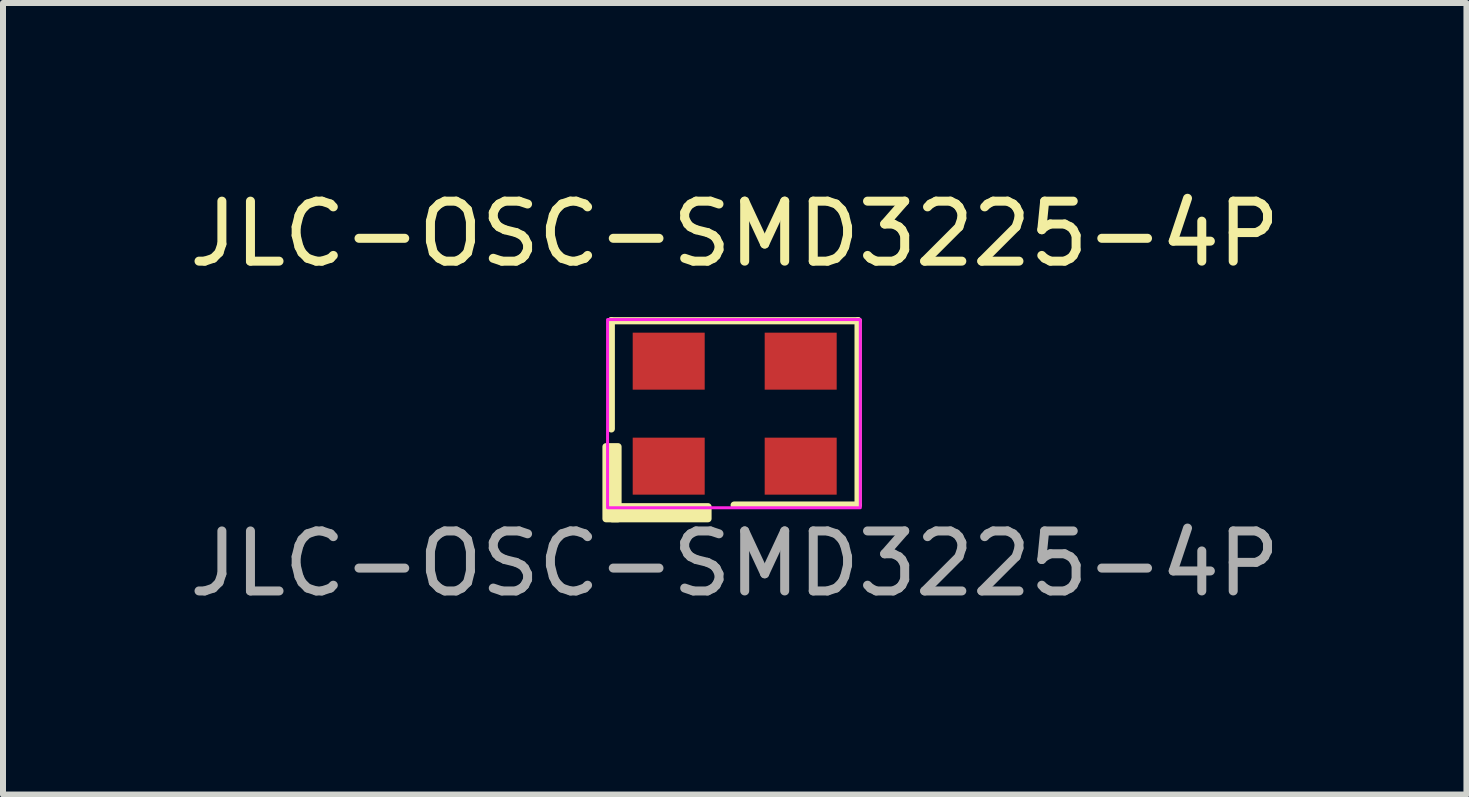
<source format=kicad_pcb>
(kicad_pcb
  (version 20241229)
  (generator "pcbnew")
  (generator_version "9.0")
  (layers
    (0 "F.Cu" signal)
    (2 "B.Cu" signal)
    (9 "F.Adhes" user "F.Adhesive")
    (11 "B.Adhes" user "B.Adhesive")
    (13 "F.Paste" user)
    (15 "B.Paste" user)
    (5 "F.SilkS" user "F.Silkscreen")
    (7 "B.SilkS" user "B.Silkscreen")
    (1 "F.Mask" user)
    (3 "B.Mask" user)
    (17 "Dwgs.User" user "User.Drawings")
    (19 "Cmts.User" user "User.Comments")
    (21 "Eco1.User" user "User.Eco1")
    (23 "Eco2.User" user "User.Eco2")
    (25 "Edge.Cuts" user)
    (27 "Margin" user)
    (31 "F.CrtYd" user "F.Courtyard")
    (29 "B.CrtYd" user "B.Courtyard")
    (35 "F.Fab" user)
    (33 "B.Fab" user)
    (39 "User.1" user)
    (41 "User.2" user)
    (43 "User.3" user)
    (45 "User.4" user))
  (footprint "JLC-OSC-SMD3225-4P"
    (layer "F.Cu")
    (at 9.196 3.845)
    (property "Reference" "JLC-OSC-SMD3225-4P" (at 0 -2.997 0) (unlocked yes) (layer "F.SilkS") (effects (font (size 1 1) (thickness 0.15))))
    (attr smd)
    (fp_line (start -2.057 -1.549) (end -2.057 0.254) (stroke (width 0.12) (type solid)) (layer "F.SilkS"))
    (fp_line (start -0.009 1.524) (end 2.057 1.524) (stroke (width 0.12) (type solid)) (layer "F.SilkS"))
    (fp_line (start 2.057 -1.549) (end -2.057 -1.549) (stroke (width 0.12) (type solid)) (layer "F.SilkS"))
    (fp_line (start 2.057 1.524) (end 2.057 -1.549) (stroke (width 0.12) (type solid)) (layer "F.SilkS"))
    (fp_rect (start -2.145 0.551) (end -1.945 1.751) (stroke (width 0.12) (type solid)) (fill yes) (layer "F.SilkS"))
    (fp_rect (start -0.445 1.551) (end -2.045 1.751) (stroke (width 0.12) (type solid)) (fill yes) (layer "F.SilkS"))
    (fp_rect (start -2.119 -1.568) (end 2.094 1.568) (stroke (width 0.05) (type solid)) (fill no) (layer "F.CrtYd"))
    (fp_text user "${REFERENCE}" (at 0 2.5 0) (unlocked yes) (layer "F.Fab") (effects (font (size 1 1) (thickness 0.15))))
    (pad "1" smd rect (at -1.1 0.875) (size 1.2 0.95) (layers "F.Cu" "F.Mask" "F.Paste"))
    (pad "2" smd rect (at 1.1 0.875) (size 1.2 0.95) (layers "F.Cu" "F.Mask" "F.Paste"))
    (pad "3" smd rect (at 1.1 -0.875) (size 1.2 0.95) (layers "F.Cu" "F.Mask" "F.Paste"))
    (pad "4" smd rect (at -1.1 -0.875) (size 1.2 0.95) (layers "F.Cu" "F.Mask" "F.Paste")))
  (gr_rect
    (start -3 -3)
    (end 21.393 10.194)
    (stroke (width 0.1) (type default))
    (fill no)
    (layer "Edge.Cuts")))
</source>
